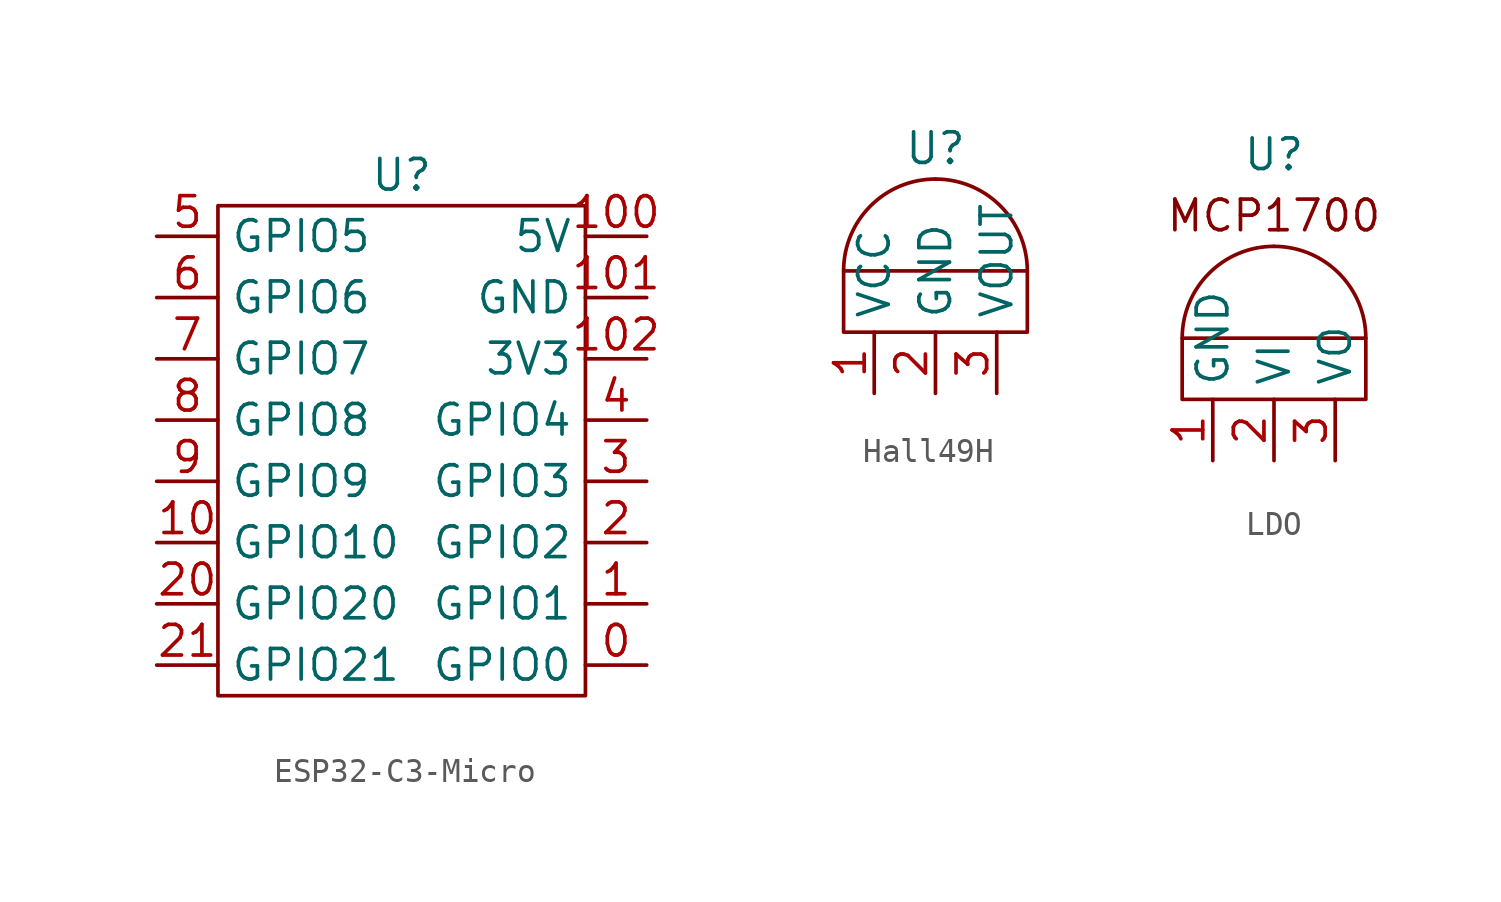
<source format=kicad_sym>
(kicad_symbol_lib
  (version 20220914)
  (generator kicad_symbol_editor)
  (symbol "ESP32-C3-Micro"
    (property "Reference" "U"
      (at 0 3.81 0)
      (effects (font (size 1.27 1.27))))
    (property "Value" ""
      (at 0 0 0)
      (effects (font (size 1.27 1.27))))
    (symbol "ESP32-C3-Micro_0_1"
      (rectangle (start -7.62 2.54) (end 7.62 -17.78) (stroke (width 0) (type default)) (fill (type none))))
    (symbol "ESP32-C3-Micro_1_1"
      (pin input line (at 10.16 -16.51 180) (length 2.54) (name "GPIO0" (effects (font (size 1.27 1.27)))) (number "0" (effects (font (size 1.27 1.27)))))
      (pin input line (at 10.16 -13.97 180) (length 2.54) (name "GPIO1" (effects (font (size 1.27 1.27)))) (number "1" (effects (font (size 1.27 1.27)))))
      (pin input line (at -10.16 -11.43 0) (length 2.54) (name "GPIO10" (effects (font (size 1.27 1.27)))) (number "10" (effects (font (size 1.27 1.27)))))
      (pin input line (at 10.16 1.27 180) (length 2.54) (name "5V" (effects (font (size 1.27 1.27)))) (number "100" (effects (font (size 1.27 1.27)))))
      (pin input line (at 10.16 -1.27 180) (length 2.54) (name "GND" (effects (font (size 1.27 1.27)))) (number "101" (effects (font (size 1.27 1.27)))))
      (pin input line (at 10.16 -3.81 180) (length 2.54) (name "3V3" (effects (font (size 1.27 1.27)))) (number "102" (effects (font (size 1.27 1.27)))))
      (pin input line (at 10.16 -11.43 180) (length 2.54) (name "GPIO2" (effects (font (size 1.27 1.27)))) (number "2" (effects (font (size 1.27 1.27)))))
      (pin input line (at -10.16 -13.97 0) (length 2.54) (name "GPIO20" (effects (font (size 1.27 1.27)))) (number "20" (effects (font (size 1.27 1.27)))))
      (pin input line (at -10.16 -16.51 0) (length 2.54) (name "GPIO21" (effects (font (size 1.27 1.27)))) (number "21" (effects (font (size 1.27 1.27)))))
      (pin input line (at 10.16 -8.89 180) (length 2.54) (name "GPIO3" (effects (font (size 1.27 1.27)))) (number "3" (effects (font (size 1.27 1.27)))))
      (pin input line (at 10.16 -6.35 180) (length 2.54) (name "GPIO4" (effects (font (size 1.27 1.27)))) (number "4" (effects (font (size 1.27 1.27)))))
      (pin input line (at -10.16 1.27 0) (length 2.54) (name "GPIO5" (effects (font (size 1.27 1.27)))) (number "5" (effects (font (size 1.27 1.27)))))
      (pin input line (at -10.16 -1.27 0) (length 2.54) (name "GPIO6" (effects (font (size 1.27 1.27)))) (number "6" (effects (font (size 1.27 1.27)))))
      (pin input line (at -10.16 -3.81 0) (length 2.54) (name "GPIO7" (effects (font (size 1.27 1.27)))) (number "7" (effects (font (size 1.27 1.27)))))
      (pin input line (at -10.16 -6.35 0) (length 2.54) (name "GPIO8" (effects (font (size 1.27 1.27)))) (number "8" (effects (font (size 1.27 1.27)))))
      (pin input line (at -10.16 -8.89 0) (length 2.54) (name "GPIO9" (effects (font (size 1.27 1.27)))) (number "9" (effects (font (size 1.27 1.27)))))))
  (symbol "Hall49H"
    (property "Reference" "U"
      (at 0 5.08 0)
      (effects (font (size 1.27 1.27))))
    (property "Value" ""
      (at 0 0 0)
      (effects (font (size 1.27 1.27))))
    (symbol "Hall49H_0_1"
      (rectangle (start -3.81 0) (end 3.81 -2.54) (stroke (width 0) (type default)) (fill (type none)))
      (arc (start 0 3.81) (mid -2.6941 2.6941) (end -3.81 0) (stroke (width 0) (type default)) (fill (type none)))
      (arc (start 3.81 0) (mid 2.6941 2.6941) (end 0 3.81) (stroke (width 0) (type default)) (fill (type none))))
    (symbol "Hall49H_1_1"
      (pin input line (at -2.54 -5.08 90) (length 2.54) (name "VCC" (effects (font (size 1.27 1.27)))) (number "1" (effects (font (size 1.27 1.27)))))
      (pin input line (at 0 -5.08 90) (length 2.54) (name "GND" (effects (font (size 1.27 1.27)))) (number "2" (effects (font (size 1.27 1.27)))))
      (pin input line (at 2.54 -5.08 90) (length 2.54) (name "VOUT" (effects (font (size 1.27 1.27)))) (number "3" (effects (font (size 1.27 1.27)))))))
  (symbol "LDO"
    (property "Reference" "U"
      (at 0 7.62 0)
      (effects (font (size 1.27 1.27))))
    (property "Value" ""
      (at 0 0 0)
      (effects (font (size 1.27 1.27))))
    (symbol "LDO_0_1"
      (rectangle (start -3.81 0) (end 3.81 -2.54) (stroke (width 0) (type default)) (fill (type none)))
      (arc (start 0 3.81) (mid -2.6931 2.6931) (end -3.81 0) (stroke (width 0) (type default)) (fill (type none)))
      (arc (start 3.81 0) (mid 2.6929 2.6929) (end 0 3.81) (stroke (width 0) (type default)) (fill (type none))))
    (symbol "LDO_1_1"
      (text "MCP1700" (at 0 5.08 0) (effects (font (size 1.27 1.27))))
      (pin input line (at -2.54 -5.08 90) (length 2.54) (name "GND" (effects (font (size 1.27 1.27)))) (number "1" (effects (font (size 1.27 1.27)))))
      (pin input line (at 0 -5.08 90) (length 2.54) (name "VI" (effects (font (size 1.27 1.27)))) (number "2" (effects (font (size 1.27 1.27)))))
      (pin input line (at 2.54 -5.08 90) (length 2.54) (name "VO" (effects (font (size 1.27 1.27)))) (number "3" (effects (font (size 1.27 1.27))))))))
</source>
